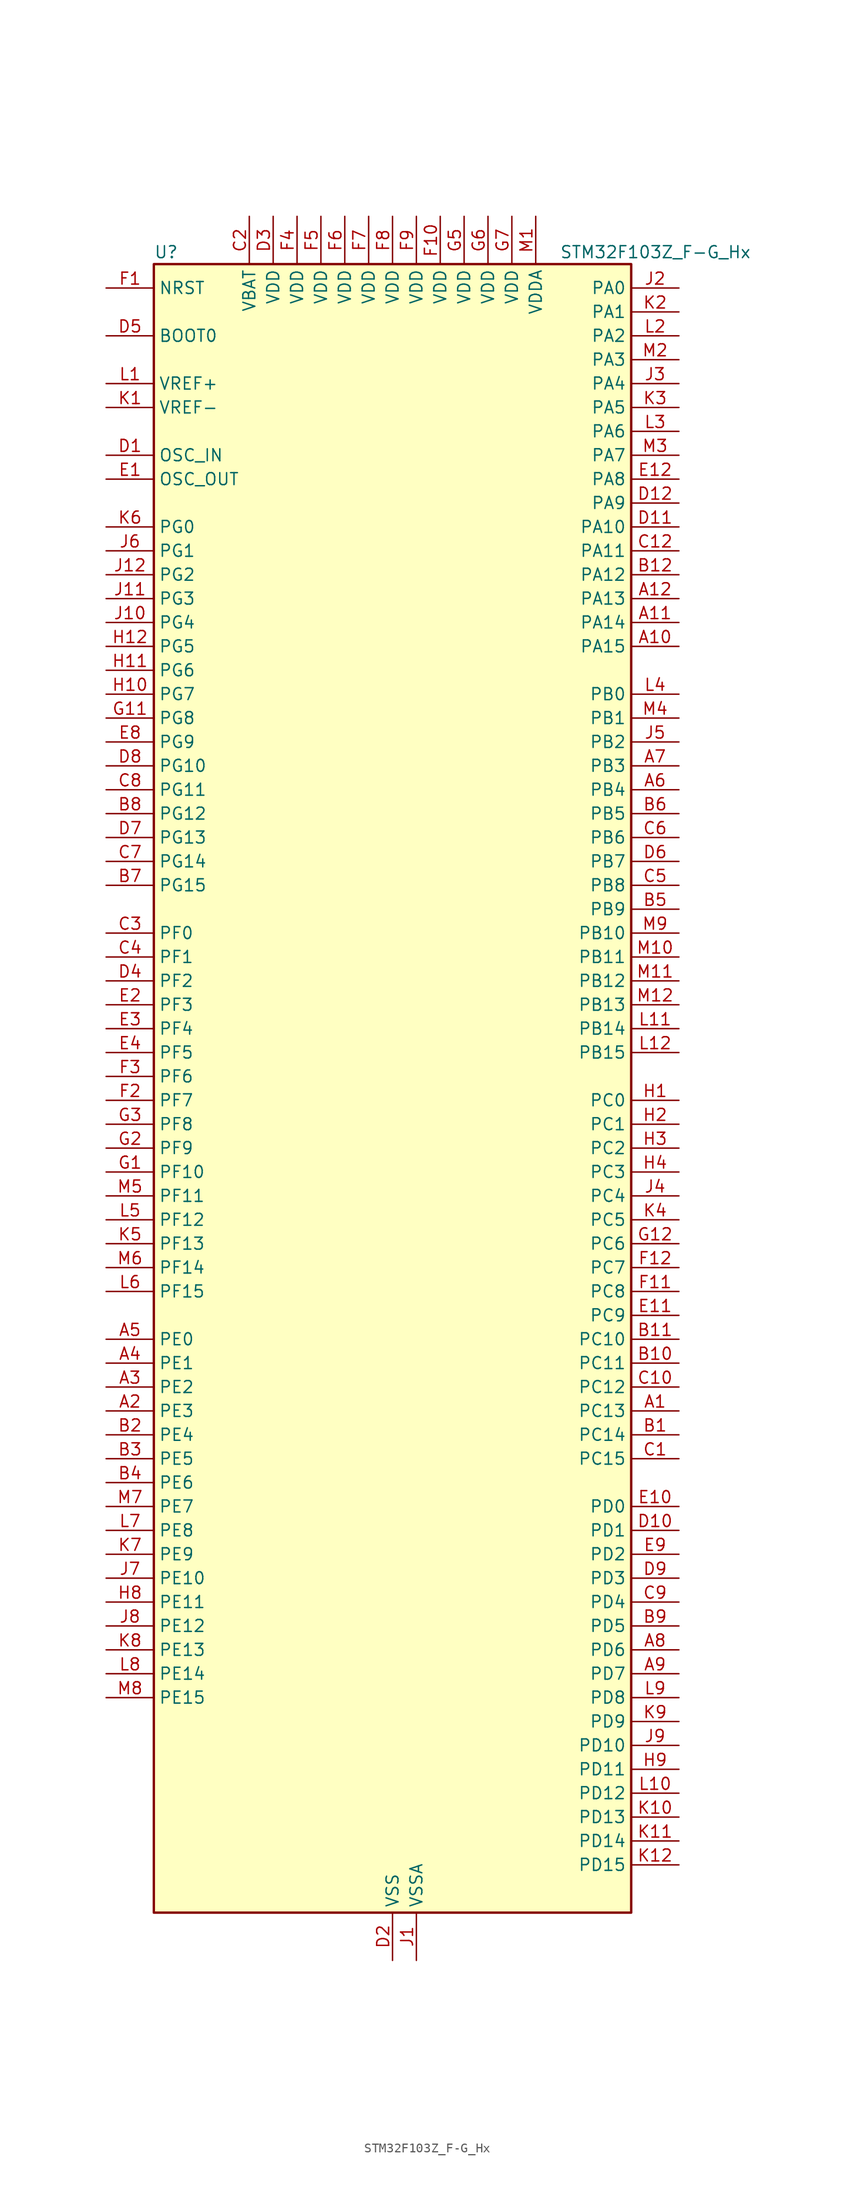
<source format=kicad_sym>
(kicad_symbol_lib
  (version 20220914)
  (generator kicad_symbol_editor)
  (symbol "STM32F103Z_F-G_Hx"
    (property "Reference" "U"
      (at -25.4 90.17 0)
      (effects (font (size 1.27 1.27)) (justify left)))
    (property "Value" "STM32F103Z_F-G_Hx"
      (at 17.78 90.17 0)
      (effects (font (size 1.27 1.27)) (justify left)))
    (property "ki_locked" ""
      (at 0 0 0)
      (effects (font (size 1.27 1.27))))
    (symbol "STM32F103Z_F-G_Hx_0_1"
      (rectangle (start -25.4 -86.36) (end 25.4 88.9) (stroke (width 0.254) (type default)) (fill (type background))))
    (symbol "STM32F103Z_F-G_Hx_1_1"
      (pin bidirectional line (at 30.48 -33.02 180) (length 5.08) (name "PC13" (effects (font (size 1.27 1.27)))) (number "A1" (effects (font (size 1.27 1.27)))) (alternate "RTC_OUT" bidirectional line) (alternate "RTC_TAMPER" bidirectional line))
      (pin bidirectional line (at 30.48 48.26 180) (length 5.08) (name "PA15" (effects (font (size 1.27 1.27)))) (number "A10" (effects (font (size 1.27 1.27)))) (alternate "ADC1_EXTI15" bidirectional line) (alternate "ADC2_EXTI15" bidirectional line) (alternate "I2S3_WS" bidirectional line) (alternate "SPI1_NSS" bidirectional line) (alternate "SPI3_NSS" bidirectional line) (alternate "SYS_JTDI" bidirectional line) (alternate "TIM2_CH1" bidirectional line) (alternate "TIM2_ETR" bidirectional line))
      (pin bidirectional line (at 30.48 50.8 180) (length 5.08) (name "PA14" (effects (font (size 1.27 1.27)))) (number "A11" (effects (font (size 1.27 1.27)))) (alternate "SYS_JTCK-SWCLK" bidirectional line))
      (pin bidirectional line (at 30.48 53.34 180) (length 5.08) (name "PA13" (effects (font (size 1.27 1.27)))) (number "A12" (effects (font (size 1.27 1.27)))) (alternate "SYS_JTMS-SWDIO" bidirectional line))
      (pin bidirectional line (at -30.48 -33.02 0) (length 5.08) (name "PE3" (effects (font (size 1.27 1.27)))) (number "A2" (effects (font (size 1.27 1.27)))) (alternate "FSMC_A19" bidirectional line) (alternate "SYS_TRACED0" bidirectional line))
      (pin bidirectional line (at -30.48 -30.48 0) (length 5.08) (name "PE2" (effects (font (size 1.27 1.27)))) (number "A3" (effects (font (size 1.27 1.27)))) (alternate "FSMC_A23" bidirectional line) (alternate "SYS_TRACECLK" bidirectional line))
      (pin bidirectional line (at -30.48 -27.94 0) (length 5.08) (name "PE1" (effects (font (size 1.27 1.27)))) (number "A4" (effects (font (size 1.27 1.27)))) (alternate "FSMC_NBL1" bidirectional line))
      (pin bidirectional line (at -30.48 -25.4 0) (length 5.08) (name "PE0" (effects (font (size 1.27 1.27)))) (number "A5" (effects (font (size 1.27 1.27)))) (alternate "FSMC_NBL0" bidirectional line) (alternate "TIM4_ETR" bidirectional line))
      (pin bidirectional line (at 30.48 33.02 180) (length 5.08) (name "PB4" (effects (font (size 1.27 1.27)))) (number "A6" (effects (font (size 1.27 1.27)))) (alternate "SPI1_MISO" bidirectional line) (alternate "SPI3_MISO" bidirectional line) (alternate "SYS_NJTRST" bidirectional line) (alternate "TIM3_CH1" bidirectional line))
      (pin bidirectional line (at 30.48 35.56 180) (length 5.08) (name "PB3" (effects (font (size 1.27 1.27)))) (number "A7" (effects (font (size 1.27 1.27)))) (alternate "I2S3_CK" bidirectional line) (alternate "SPI1_SCK" bidirectional line) (alternate "SPI3_SCK" bidirectional line) (alternate "SYS_JTDO-TRACESWO" bidirectional line) (alternate "TIM2_CH2" bidirectional line))
      (pin bidirectional line (at 30.48 -58.42 180) (length 5.08) (name "PD6" (effects (font (size 1.27 1.27)))) (number "A8" (effects (font (size 1.27 1.27)))) (alternate "FSMC_NWAIT" bidirectional line) (alternate "USART2_RX" bidirectional line))
      (pin bidirectional line (at 30.48 -60.96 180) (length 5.08) (name "PD7" (effects (font (size 1.27 1.27)))) (number "A9" (effects (font (size 1.27 1.27)))) (alternate "FSMC_NCE2" bidirectional line) (alternate "FSMC_NE1" bidirectional line) (alternate "USART2_CK" bidirectional line))
      (pin bidirectional line (at 30.48 -35.56 180) (length 5.08) (name "PC14" (effects (font (size 1.27 1.27)))) (number "B1" (effects (font (size 1.27 1.27)))) (alternate "RCC_OSC32_IN" bidirectional line))
      (pin bidirectional line (at 30.48 -27.94 180) (length 5.08) (name "PC11" (effects (font (size 1.27 1.27)))) (number "B10" (effects (font (size 1.27 1.27)))) (alternate "ADC1_EXTI11" bidirectional line) (alternate "ADC2_EXTI11" bidirectional line) (alternate "SDIO_D3" bidirectional line) (alternate "UART4_RX" bidirectional line) (alternate "USART3_RX" bidirectional line))
      (pin bidirectional line (at 30.48 -25.4 180) (length 5.08) (name "PC10" (effects (font (size 1.27 1.27)))) (number "B11" (effects (font (size 1.27 1.27)))) (alternate "SDIO_D2" bidirectional line) (alternate "UART4_TX" bidirectional line) (alternate "USART3_TX" bidirectional line))
      (pin bidirectional line (at 30.48 55.88 180) (length 5.08) (name "PA12" (effects (font (size 1.27 1.27)))) (number "B12" (effects (font (size 1.27 1.27)))) (alternate "CAN_TX" bidirectional line) (alternate "TIM1_ETR" bidirectional line) (alternate "USART1_RTS" bidirectional line) (alternate "USB_DP" bidirectional line))
      (pin bidirectional line (at -30.48 -35.56 0) (length 5.08) (name "PE4" (effects (font (size 1.27 1.27)))) (number "B2" (effects (font (size 1.27 1.27)))) (alternate "FSMC_A20" bidirectional line) (alternate "SYS_TRACED1" bidirectional line))
      (pin bidirectional line (at -30.48 -38.1 0) (length 5.08) (name "PE5" (effects (font (size 1.27 1.27)))) (number "B3" (effects (font (size 1.27 1.27)))) (alternate "FSMC_A21" bidirectional line) (alternate "SYS_TRACED2" bidirectional line) (alternate "TIM9_CH1" bidirectional line))
      (pin bidirectional line (at -30.48 -40.64 0) (length 5.08) (name "PE6" (effects (font (size 1.27 1.27)))) (number "B4" (effects (font (size 1.27 1.27)))) (alternate "FSMC_A22" bidirectional line) (alternate "SYS_TRACED3" bidirectional line) (alternate "TIM9_CH2" bidirectional line))
      (pin bidirectional line (at 30.48 20.32 180) (length 5.08) (name "PB9" (effects (font (size 1.27 1.27)))) (number "B5" (effects (font (size 1.27 1.27)))) (alternate "CAN_TX" bidirectional line) (alternate "DAC_EXTI9" bidirectional line) (alternate "I2C1_SDA" bidirectional line) (alternate "SDIO_D5" bidirectional line) (alternate "TIM11_CH1" bidirectional line) (alternate "TIM4_CH4" bidirectional line))
      (pin bidirectional line (at 30.48 30.48 180) (length 5.08) (name "PB5" (effects (font (size 1.27 1.27)))) (number "B6" (effects (font (size 1.27 1.27)))) (alternate "I2C1_SMBA" bidirectional line) (alternate "I2S3_SD" bidirectional line) (alternate "SPI1_MOSI" bidirectional line) (alternate "SPI3_MOSI" bidirectional line) (alternate "TIM3_CH2" bidirectional line))
      (pin bidirectional line (at -30.48 22.86 0) (length 5.08) (name "PG15" (effects (font (size 1.27 1.27)))) (number "B7" (effects (font (size 1.27 1.27)))) (alternate "ADC1_EXTI15" bidirectional line) (alternate "ADC2_EXTI15" bidirectional line))
      (pin bidirectional line (at -30.48 30.48 0) (length 5.08) (name "PG12" (effects (font (size 1.27 1.27)))) (number "B8" (effects (font (size 1.27 1.27)))) (alternate "FSMC_NE4" bidirectional line))
      (pin bidirectional line (at 30.48 -55.88 180) (length 5.08) (name "PD5" (effects (font (size 1.27 1.27)))) (number "B9" (effects (font (size 1.27 1.27)))) (alternate "FSMC_NWE" bidirectional line) (alternate "USART2_TX" bidirectional line))
      (pin bidirectional line (at 30.48 -38.1 180) (length 5.08) (name "PC15" (effects (font (size 1.27 1.27)))) (number "C1" (effects (font (size 1.27 1.27)))) (alternate "ADC1_EXTI15" bidirectional line) (alternate "ADC2_EXTI15" bidirectional line) (alternate "RCC_OSC32_OUT" bidirectional line))
      (pin bidirectional line (at 30.48 -30.48 180) (length 5.08) (name "PC12" (effects (font (size 1.27 1.27)))) (number "C10" (effects (font (size 1.27 1.27)))) (alternate "SDIO_CK" bidirectional line) (alternate "UART5_TX" bidirectional line) (alternate "USART3_CK" bidirectional line))
      (pin no_connect line (at -25.4 -86.36 0) (length 5.08) hide (name "NC" (effects (font (size 1.27 1.27)))) (number "C11" (effects (font (size 1.27 1.27)))))
      (pin bidirectional line (at 30.48 58.42 180) (length 5.08) (name "PA11" (effects (font (size 1.27 1.27)))) (number "C12" (effects (font (size 1.27 1.27)))) (alternate "ADC1_EXTI11" bidirectional line) (alternate "ADC2_EXTI11" bidirectional line) (alternate "CAN_RX" bidirectional line) (alternate "TIM1_CH4" bidirectional line) (alternate "USART1_CTS" bidirectional line) (alternate "USB_DM" bidirectional line))
      (pin power_in line (at -15.24 93.98 270) (length 5.08) (name "VBAT" (effects (font (size 1.27 1.27)))) (number "C2" (effects (font (size 1.27 1.27)))))
      (pin bidirectional line (at -30.48 17.78 0) (length 5.08) (name "PF0" (effects (font (size 1.27 1.27)))) (number "C3" (effects (font (size 1.27 1.27)))) (alternate "FSMC_A0" bidirectional line))
      (pin bidirectional line (at -30.48 15.24 0) (length 5.08) (name "PF1" (effects (font (size 1.27 1.27)))) (number "C4" (effects (font (size 1.27 1.27)))) (alternate "FSMC_A1" bidirectional line))
      (pin bidirectional line (at 30.48 22.86 180) (length 5.08) (name "PB8" (effects (font (size 1.27 1.27)))) (number "C5" (effects (font (size 1.27 1.27)))) (alternate "CAN_RX" bidirectional line) (alternate "I2C1_SCL" bidirectional line) (alternate "SDIO_D4" bidirectional line) (alternate "TIM10_CH1" bidirectional line) (alternate "TIM4_CH3" bidirectional line))
      (pin bidirectional line (at 30.48 27.94 180) (length 5.08) (name "PB6" (effects (font (size 1.27 1.27)))) (number "C6" (effects (font (size 1.27 1.27)))) (alternate "I2C1_SCL" bidirectional line) (alternate "TIM4_CH1" bidirectional line) (alternate "USART1_TX" bidirectional line))
      (pin bidirectional line (at -30.48 25.4 0) (length 5.08) (name "PG14" (effects (font (size 1.27 1.27)))) (number "C7" (effects (font (size 1.27 1.27)))) (alternate "FSMC_A25" bidirectional line))
      (pin bidirectional line (at -30.48 33.02 0) (length 5.08) (name "PG11" (effects (font (size 1.27 1.27)))) (number "C8" (effects (font (size 1.27 1.27)))) (alternate "ADC1_EXTI11" bidirectional line) (alternate "ADC2_EXTI11" bidirectional line) (alternate "FSMC_NCE4_2" bidirectional line))
      (pin bidirectional line (at 30.48 -53.34 180) (length 5.08) (name "PD4" (effects (font (size 1.27 1.27)))) (number "C9" (effects (font (size 1.27 1.27)))) (alternate "FSMC_NOE" bidirectional line) (alternate "USART2_RTS" bidirectional line))
      (pin input line (at -30.48 68.58 0) (length 5.08) (name "OSC_IN" (effects (font (size 1.27 1.27)))) (number "D1" (effects (font (size 1.27 1.27)))) (alternate "RCC_OSC_IN" bidirectional line))
      (pin bidirectional line (at 30.48 -45.72 180) (length 5.08) (name "PD1" (effects (font (size 1.27 1.27)))) (number "D10" (effects (font (size 1.27 1.27)))) (alternate "CAN_TX" bidirectional line) (alternate "FSMC_D3" bidirectional line) (alternate "FSMC_DA3" bidirectional line))
      (pin bidirectional line (at 30.48 60.96 180) (length 5.08) (name "PA10" (effects (font (size 1.27 1.27)))) (number "D11" (effects (font (size 1.27 1.27)))) (alternate "TIM1_CH3" bidirectional line) (alternate "USART1_RX" bidirectional line))
      (pin bidirectional line (at 30.48 63.5 180) (length 5.08) (name "PA9" (effects (font (size 1.27 1.27)))) (number "D12" (effects (font (size 1.27 1.27)))) (alternate "DAC_EXTI9" bidirectional line) (alternate "TIM1_CH2" bidirectional line) (alternate "USART1_TX" bidirectional line))
      (pin power_in line (at 0 -91.44 90) (length 5.08) (name "VSS" (effects (font (size 1.27 1.27)))) (number "D2" (effects (font (size 1.27 1.27)))))
      (pin power_in line (at -12.7 93.98 270) (length 5.08) (name "VDD" (effects (font (size 1.27 1.27)))) (number "D3" (effects (font (size 1.27 1.27)))))
      (pin bidirectional line (at -30.48 12.7 0) (length 5.08) (name "PF2" (effects (font (size 1.27 1.27)))) (number "D4" (effects (font (size 1.27 1.27)))) (alternate "FSMC_A2" bidirectional line))
      (pin input line (at -30.48 81.28 0) (length 5.08) (name "BOOT0" (effects (font (size 1.27 1.27)))) (number "D5" (effects (font (size 1.27 1.27)))))
      (pin bidirectional line (at 30.48 25.4 180) (length 5.08) (name "PB7" (effects (font (size 1.27 1.27)))) (number "D6" (effects (font (size 1.27 1.27)))) (alternate "FSMC_NL" bidirectional line) (alternate "I2C1_SDA" bidirectional line) (alternate "TIM4_CH2" bidirectional line) (alternate "USART1_RX" bidirectional line))
      (pin bidirectional line (at -30.48 27.94 0) (length 5.08) (name "PG13" (effects (font (size 1.27 1.27)))) (number "D7" (effects (font (size 1.27 1.27)))) (alternate "FSMC_A24" bidirectional line))
      (pin bidirectional line (at -30.48 35.56 0) (length 5.08) (name "PG10" (effects (font (size 1.27 1.27)))) (number "D8" (effects (font (size 1.27 1.27)))) (alternate "FSMC_NCE4_1" bidirectional line) (alternate "FSMC_NE3" bidirectional line))
      (pin bidirectional line (at 30.48 -50.8 180) (length 5.08) (name "PD3" (effects (font (size 1.27 1.27)))) (number "D9" (effects (font (size 1.27 1.27)))) (alternate "FSMC_CLK" bidirectional line) (alternate "USART2_CTS" bidirectional line))
      (pin input line (at -30.48 66.04 0) (length 5.08) (name "OSC_OUT" (effects (font (size 1.27 1.27)))) (number "E1" (effects (font (size 1.27 1.27)))) (alternate "RCC_OSC_OUT" bidirectional line))
      (pin bidirectional line (at 30.48 -43.18 180) (length 5.08) (name "PD0" (effects (font (size 1.27 1.27)))) (number "E10" (effects (font (size 1.27 1.27)))) (alternate "CAN_RX" bidirectional line) (alternate "FSMC_D2" bidirectional line) (alternate "FSMC_DA2" bidirectional line))
      (pin bidirectional line (at 30.48 -22.86 180) (length 5.08) (name "PC9" (effects (font (size 1.27 1.27)))) (number "E11" (effects (font (size 1.27 1.27)))) (alternate "DAC_EXTI9" bidirectional line) (alternate "SDIO_D1" bidirectional line) (alternate "TIM3_CH4" bidirectional line) (alternate "TIM8_CH4" bidirectional line))
      (pin bidirectional line (at 30.48 66.04 180) (length 5.08) (name "PA8" (effects (font (size 1.27 1.27)))) (number "E12" (effects (font (size 1.27 1.27)))) (alternate "RCC_MCO" bidirectional line) (alternate "TIM1_CH1" bidirectional line) (alternate "USART1_CK" bidirectional line))
      (pin bidirectional line (at -30.48 10.16 0) (length 5.08) (name "PF3" (effects (font (size 1.27 1.27)))) (number "E2" (effects (font (size 1.27 1.27)))) (alternate "FSMC_A3" bidirectional line))
      (pin bidirectional line (at -30.48 7.62 0) (length 5.08) (name "PF4" (effects (font (size 1.27 1.27)))) (number "E3" (effects (font (size 1.27 1.27)))) (alternate "FSMC_A4" bidirectional line))
      (pin bidirectional line (at -30.48 5.08 0) (length 5.08) (name "PF5" (effects (font (size 1.27 1.27)))) (number "E4" (effects (font (size 1.27 1.27)))) (alternate "FSMC_A5" bidirectional line))
      (pin passive line (at 0 -91.44 90) (length 5.08) hide (name "VSS" (effects (font (size 1.27 1.27)))) (number "E5" (effects (font (size 1.27 1.27)))))
      (pin passive line (at 0 -91.44 90) (length 5.08) hide (name "VSS" (effects (font (size 1.27 1.27)))) (number "E6" (effects (font (size 1.27 1.27)))))
      (pin passive line (at 0 -91.44 90) (length 5.08) hide (name "VSS" (effects (font (size 1.27 1.27)))) (number "E7" (effects (font (size 1.27 1.27)))))
      (pin bidirectional line (at -30.48 38.1 0) (length 5.08) (name "PG9" (effects (font (size 1.27 1.27)))) (number "E8" (effects (font (size 1.27 1.27)))) (alternate "DAC_EXTI9" bidirectional line) (alternate "FSMC_NCE3" bidirectional line) (alternate "FSMC_NE2" bidirectional line))
      (pin bidirectional line (at 30.48 -48.26 180) (length 5.08) (name "PD2" (effects (font (size 1.27 1.27)))) (number "E9" (effects (font (size 1.27 1.27)))) (alternate "SDIO_CMD" bidirectional line) (alternate "TIM3_ETR" bidirectional line) (alternate "UART5_RX" bidirectional line))
      (pin input line (at -30.48 86.36 0) (length 5.08) (name "NRST" (effects (font (size 1.27 1.27)))) (number "F1" (effects (font (size 1.27 1.27)))))
      (pin power_in line (at 5.08 93.98 270) (length 5.08) (name "VDD" (effects (font (size 1.27 1.27)))) (number "F10" (effects (font (size 1.27 1.27)))))
      (pin bidirectional line (at 30.48 -20.32 180) (length 5.08) (name "PC8" (effects (font (size 1.27 1.27)))) (number "F11" (effects (font (size 1.27 1.27)))) (alternate "SDIO_D0" bidirectional line) (alternate "TIM3_CH3" bidirectional line) (alternate "TIM8_CH3" bidirectional line))
      (pin bidirectional line (at 30.48 -17.78 180) (length 5.08) (name "PC7" (effects (font (size 1.27 1.27)))) (number "F12" (effects (font (size 1.27 1.27)))) (alternate "I2S3_MCK" bidirectional line) (alternate "SDIO_D7" bidirectional line) (alternate "TIM3_CH2" bidirectional line) (alternate "TIM8_CH2" bidirectional line))
      (pin bidirectional line (at -30.48 0 0) (length 5.08) (name "PF7" (effects (font (size 1.27 1.27)))) (number "F2" (effects (font (size 1.27 1.27)))) (alternate "ADC3_IN5" bidirectional line) (alternate "FSMC_NREG" bidirectional line) (alternate "TIM11_CH1" bidirectional line))
      (pin bidirectional line (at -30.48 2.54 0) (length 5.08) (name "PF6" (effects (font (size 1.27 1.27)))) (number "F3" (effects (font (size 1.27 1.27)))) (alternate "ADC3_IN4" bidirectional line) (alternate "FSMC_NIORD" bidirectional line) (alternate "TIM10_CH1" bidirectional line))
      (pin power_in line (at -10.16 93.98 270) (length 5.08) (name "VDD" (effects (font (size 1.27 1.27)))) (number "F4" (effects (font (size 1.27 1.27)))))
      (pin power_in line (at -7.62 93.98 270) (length 5.08) (name "VDD" (effects (font (size 1.27 1.27)))) (number "F5" (effects (font (size 1.27 1.27)))))
      (pin power_in line (at -5.08 93.98 270) (length 5.08) (name "VDD" (effects (font (size 1.27 1.27)))) (number "F6" (effects (font (size 1.27 1.27)))))
      (pin power_in line (at -2.54 93.98 270) (length 5.08) (name "VDD" (effects (font (size 1.27 1.27)))) (number "F7" (effects (font (size 1.27 1.27)))))
      (pin power_in line (at 0 93.98 270) (length 5.08) (name "VDD" (effects (font (size 1.27 1.27)))) (number "F8" (effects (font (size 1.27 1.27)))))
      (pin power_in line (at 2.54 93.98 270) (length 5.08) (name "VDD" (effects (font (size 1.27 1.27)))) (number "F9" (effects (font (size 1.27 1.27)))))
      (pin bidirectional line (at -30.48 -7.62 0) (length 5.08) (name "PF10" (effects (font (size 1.27 1.27)))) (number "G1" (effects (font (size 1.27 1.27)))) (alternate "ADC3_IN8" bidirectional line) (alternate "FSMC_INTR" bidirectional line))
      (pin passive line (at 0 -91.44 90) (length 5.08) hide (name "VSS" (effects (font (size 1.27 1.27)))) (number "G10" (effects (font (size 1.27 1.27)))))
      (pin bidirectional line (at -30.48 40.64 0) (length 5.08) (name "PG8" (effects (font (size 1.27 1.27)))) (number "G11" (effects (font (size 1.27 1.27)))))
      (pin bidirectional line (at 30.48 -15.24 180) (length 5.08) (name "PC6" (effects (font (size 1.27 1.27)))) (number "G12" (effects (font (size 1.27 1.27)))) (alternate "I2S2_MCK" bidirectional line) (alternate "SDIO_D6" bidirectional line) (alternate "TIM3_CH1" bidirectional line) (alternate "TIM8_CH1" bidirectional line))
      (pin bidirectional line (at -30.48 -5.08 0) (length 5.08) (name "PF9" (effects (font (size 1.27 1.27)))) (number "G2" (effects (font (size 1.27 1.27)))) (alternate "ADC3_IN7" bidirectional line) (alternate "DAC_EXTI9" bidirectional line) (alternate "FSMC_CD" bidirectional line) (alternate "TIM14_CH1" bidirectional line))
      (pin bidirectional line (at -30.48 -2.54 0) (length 5.08) (name "PF8" (effects (font (size 1.27 1.27)))) (number "G3" (effects (font (size 1.27 1.27)))) (alternate "ADC3_IN6" bidirectional line) (alternate "FSMC_NIOWR" bidirectional line) (alternate "TIM13_CH1" bidirectional line))
      (pin passive line (at 0 -91.44 90) (length 5.08) hide (name "VSS" (effects (font (size 1.27 1.27)))) (number "G4" (effects (font (size 1.27 1.27)))))
      (pin power_in line (at 7.62 93.98 270) (length 5.08) (name "VDD" (effects (font (size 1.27 1.27)))) (number "G5" (effects (font (size 1.27 1.27)))))
      (pin power_in line (at 10.16 93.98 270) (length 5.08) (name "VDD" (effects (font (size 1.27 1.27)))) (number "G6" (effects (font (size 1.27 1.27)))))
      (pin power_in line (at 12.7 93.98 270) (length 5.08) (name "VDD" (effects (font (size 1.27 1.27)))) (number "G7" (effects (font (size 1.27 1.27)))))
      (pin passive line (at 0 -91.44 90) (length 5.08) hide (name "VSS" (effects (font (size 1.27 1.27)))) (number "G8" (effects (font (size 1.27 1.27)))))
      (pin passive line (at 0 -91.44 90) (length 5.08) hide (name "VSS" (effects (font (size 1.27 1.27)))) (number "G9" (effects (font (size 1.27 1.27)))))
      (pin bidirectional line (at 30.48 0 180) (length 5.08) (name "PC0" (effects (font (size 1.27 1.27)))) (number "H1" (effects (font (size 1.27 1.27)))) (alternate "ADC1_IN10" bidirectional line) (alternate "ADC2_IN10" bidirectional line) (alternate "ADC3_IN10" bidirectional line))
      (pin bidirectional line (at -30.48 43.18 0) (length 5.08) (name "PG7" (effects (font (size 1.27 1.27)))) (number "H10" (effects (font (size 1.27 1.27)))) (alternate "FSMC_INT3" bidirectional line))
      (pin bidirectional line (at -30.48 45.72 0) (length 5.08) (name "PG6" (effects (font (size 1.27 1.27)))) (number "H11" (effects (font (size 1.27 1.27)))) (alternate "FSMC_INT2" bidirectional line))
      (pin bidirectional line (at -30.48 48.26 0) (length 5.08) (name "PG5" (effects (font (size 1.27 1.27)))) (number "H12" (effects (font (size 1.27 1.27)))) (alternate "FSMC_A15" bidirectional line))
      (pin bidirectional line (at 30.48 -2.54 180) (length 5.08) (name "PC1" (effects (font (size 1.27 1.27)))) (number "H2" (effects (font (size 1.27 1.27)))) (alternate "ADC1_IN11" bidirectional line) (alternate "ADC2_IN11" bidirectional line) (alternate "ADC3_IN11" bidirectional line))
      (pin bidirectional line (at 30.48 -5.08 180) (length 5.08) (name "PC2" (effects (font (size 1.27 1.27)))) (number "H3" (effects (font (size 1.27 1.27)))) (alternate "ADC1_IN12" bidirectional line) (alternate "ADC2_IN12" bidirectional line) (alternate "ADC3_IN12" bidirectional line))
      (pin bidirectional line (at 30.48 -7.62 180) (length 5.08) (name "PC3" (effects (font (size 1.27 1.27)))) (number "H4" (effects (font (size 1.27 1.27)))) (alternate "ADC1_IN13" bidirectional line) (alternate "ADC2_IN13" bidirectional line) (alternate "ADC3_IN13" bidirectional line))
      (pin passive line (at 0 -91.44 90) (length 5.08) hide (name "VSS" (effects (font (size 1.27 1.27)))) (number "H5" (effects (font (size 1.27 1.27)))))
      (pin passive line (at 0 -91.44 90) (length 5.08) hide (name "VSS" (effects (font (size 1.27 1.27)))) (number "H6" (effects (font (size 1.27 1.27)))))
      (pin passive line (at 0 -91.44 90) (length 5.08) hide (name "VSS" (effects (font (size 1.27 1.27)))) (number "H7" (effects (font (size 1.27 1.27)))))
      (pin bidirectional line (at -30.48 -53.34 0) (length 5.08) (name "PE11" (effects (font (size 1.27 1.27)))) (number "H8" (effects (font (size 1.27 1.27)))) (alternate "ADC1_EXTI11" bidirectional line) (alternate "ADC2_EXTI11" bidirectional line) (alternate "FSMC_D8" bidirectional line) (alternate "FSMC_DA8" bidirectional line) (alternate "TIM1_CH2" bidirectional line))
      (pin bidirectional line (at 30.48 -71.12 180) (length 5.08) (name "PD11" (effects (font (size 1.27 1.27)))) (number "H9" (effects (font (size 1.27 1.27)))) (alternate "ADC1_EXTI11" bidirectional line) (alternate "ADC2_EXTI11" bidirectional line) (alternate "FSMC_A16" bidirectional line) (alternate "FSMC_CLE" bidirectional line) (alternate "USART3_CTS" bidirectional line))
      (pin power_in line (at 2.54 -91.44 90) (length 5.08) (name "VSSA" (effects (font (size 1.27 1.27)))) (number "J1" (effects (font (size 1.27 1.27)))))
      (pin bidirectional line (at -30.48 50.8 0) (length 5.08) (name "PG4" (effects (font (size 1.27 1.27)))) (number "J10" (effects (font (size 1.27 1.27)))) (alternate "FSMC_A14" bidirectional line))
      (pin bidirectional line (at -30.48 53.34 0) (length 5.08) (name "PG3" (effects (font (size 1.27 1.27)))) (number "J11" (effects (font (size 1.27 1.27)))) (alternate "FSMC_A13" bidirectional line))
      (pin bidirectional line (at -30.48 55.88 0) (length 5.08) (name "PG2" (effects (font (size 1.27 1.27)))) (number "J12" (effects (font (size 1.27 1.27)))) (alternate "FSMC_A12" bidirectional line))
      (pin bidirectional line (at 30.48 86.36 180) (length 5.08) (name "PA0" (effects (font (size 1.27 1.27)))) (number "J2" (effects (font (size 1.27 1.27)))) (alternate "ADC1_IN0" bidirectional line) (alternate "ADC2_IN0" bidirectional line) (alternate "ADC3_IN0" bidirectional line) (alternate "SYS_WKUP" bidirectional line) (alternate "TIM2_CH1" bidirectional line) (alternate "TIM2_ETR" bidirectional line) (alternate "TIM5_CH1" bidirectional line) (alternate "TIM8_ETR" bidirectional line) (alternate "USART2_CTS" bidirectional line))
      (pin bidirectional line (at 30.48 76.2 180) (length 5.08) (name "PA4" (effects (font (size 1.27 1.27)))) (number "J3" (effects (font (size 1.27 1.27)))) (alternate "ADC1_IN4" bidirectional line) (alternate "ADC2_IN4" bidirectional line) (alternate "DAC_OUT1" bidirectional line) (alternate "SPI1_NSS" bidirectional line) (alternate "USART2_CK" bidirectional line))
      (pin bidirectional line (at 30.48 -10.16 180) (length 5.08) (name "PC4" (effects (font (size 1.27 1.27)))) (number "J4" (effects (font (size 1.27 1.27)))) (alternate "ADC1_IN14" bidirectional line) (alternate "ADC2_IN14" bidirectional line))
      (pin bidirectional line (at 30.48 38.1 180) (length 5.08) (name "PB2" (effects (font (size 1.27 1.27)))) (number "J5" (effects (font (size 1.27 1.27)))))
      (pin bidirectional line (at -30.48 58.42 0) (length 5.08) (name "PG1" (effects (font (size 1.27 1.27)))) (number "J6" (effects (font (size 1.27 1.27)))) (alternate "FSMC_A11" bidirectional line))
      (pin bidirectional line (at -30.48 -50.8 0) (length 5.08) (name "PE10" (effects (font (size 1.27 1.27)))) (number "J7" (effects (font (size 1.27 1.27)))) (alternate "FSMC_D7" bidirectional line) (alternate "FSMC_DA7" bidirectional line) (alternate "TIM1_CH2N" bidirectional line))
      (pin bidirectional line (at -30.48 -55.88 0) (length 5.08) (name "PE12" (effects (font (size 1.27 1.27)))) (number "J8" (effects (font (size 1.27 1.27)))) (alternate "FSMC_D9" bidirectional line) (alternate "FSMC_DA9" bidirectional line) (alternate "TIM1_CH3N" bidirectional line))
      (pin bidirectional line (at 30.48 -68.58 180) (length 5.08) (name "PD10" (effects (font (size 1.27 1.27)))) (number "J9" (effects (font (size 1.27 1.27)))) (alternate "FSMC_D15" bidirectional line) (alternate "FSMC_DA15" bidirectional line) (alternate "USART3_CK" bidirectional line))
      (pin input line (at -30.48 73.66 0) (length 5.08) (name "VREF-" (effects (font (size 1.27 1.27)))) (number "K1" (effects (font (size 1.27 1.27)))))
      (pin bidirectional line (at 30.48 -76.2 180) (length 5.08) (name "PD13" (effects (font (size 1.27 1.27)))) (number "K10" (effects (font (size 1.27 1.27)))) (alternate "FSMC_A18" bidirectional line) (alternate "TIM4_CH2" bidirectional line))
      (pin bidirectional line (at 30.48 -78.74 180) (length 5.08) (name "PD14" (effects (font (size 1.27 1.27)))) (number "K11" (effects (font (size 1.27 1.27)))) (alternate "FSMC_D0" bidirectional line) (alternate "FSMC_DA0" bidirectional line) (alternate "TIM4_CH3" bidirectional line))
      (pin bidirectional line (at 30.48 -81.28 180) (length 5.08) (name "PD15" (effects (font (size 1.27 1.27)))) (number "K12" (effects (font (size 1.27 1.27)))) (alternate "ADC1_EXTI15" bidirectional line) (alternate "ADC2_EXTI15" bidirectional line) (alternate "FSMC_D1" bidirectional line) (alternate "FSMC_DA1" bidirectional line) (alternate "TIM4_CH4" bidirectional line))
      (pin bidirectional line (at 30.48 83.82 180) (length 5.08) (name "PA1" (effects (font (size 1.27 1.27)))) (number "K2" (effects (font (size 1.27 1.27)))) (alternate "ADC1_IN1" bidirectional line) (alternate "ADC2_IN1" bidirectional line) (alternate "ADC3_IN1" bidirectional line) (alternate "TIM2_CH2" bidirectional line) (alternate "TIM5_CH2" bidirectional line) (alternate "USART2_RTS" bidirectional line))
      (pin bidirectional line (at 30.48 73.66 180) (length 5.08) (name "PA5" (effects (font (size 1.27 1.27)))) (number "K3" (effects (font (size 1.27 1.27)))) (alternate "ADC1_IN5" bidirectional line) (alternate "ADC2_IN5" bidirectional line) (alternate "DAC_OUT2" bidirectional line) (alternate "SPI1_SCK" bidirectional line))
      (pin bidirectional line (at 30.48 -12.7 180) (length 5.08) (name "PC5" (effects (font (size 1.27 1.27)))) (number "K4" (effects (font (size 1.27 1.27)))) (alternate "ADC1_IN15" bidirectional line) (alternate "ADC2_IN15" bidirectional line))
      (pin bidirectional line (at -30.48 -15.24 0) (length 5.08) (name "PF13" (effects (font (size 1.27 1.27)))) (number "K5" (effects (font (size 1.27 1.27)))) (alternate "FSMC_A7" bidirectional line))
      (pin bidirectional line (at -30.48 60.96 0) (length 5.08) (name "PG0" (effects (font (size 1.27 1.27)))) (number "K6" (effects (font (size 1.27 1.27)))) (alternate "FSMC_A10" bidirectional line))
      (pin bidirectional line (at -30.48 -48.26 0) (length 5.08) (name "PE9" (effects (font (size 1.27 1.27)))) (number "K7" (effects (font (size 1.27 1.27)))) (alternate "DAC_EXTI9" bidirectional line) (alternate "FSMC_D6" bidirectional line) (alternate "FSMC_DA6" bidirectional line) (alternate "TIM1_CH1" bidirectional line))
      (pin bidirectional line (at -30.48 -58.42 0) (length 5.08) (name "PE13" (effects (font (size 1.27 1.27)))) (number "K8" (effects (font (size 1.27 1.27)))) (alternate "FSMC_D10" bidirectional line) (alternate "FSMC_DA10" bidirectional line) (alternate "TIM1_CH3" bidirectional line))
      (pin bidirectional line (at 30.48 -66.04 180) (length 5.08) (name "PD9" (effects (font (size 1.27 1.27)))) (number "K9" (effects (font (size 1.27 1.27)))) (alternate "DAC_EXTI9" bidirectional line) (alternate "FSMC_D14" bidirectional line) (alternate "FSMC_DA14" bidirectional line) (alternate "USART3_RX" bidirectional line))
      (pin input line (at -30.48 76.2 0) (length 5.08) (name "VREF+" (effects (font (size 1.27 1.27)))) (number "L1" (effects (font (size 1.27 1.27)))))
      (pin bidirectional line (at 30.48 -73.66 180) (length 5.08) (name "PD12" (effects (font (size 1.27 1.27)))) (number "L10" (effects (font (size 1.27 1.27)))) (alternate "FSMC_A17" bidirectional line) (alternate "FSMC_ALE" bidirectional line) (alternate "TIM4_CH1" bidirectional line) (alternate "USART3_RTS" bidirectional line))
      (pin bidirectional line (at 30.48 7.62 180) (length 5.08) (name "PB14" (effects (font (size 1.27 1.27)))) (number "L11" (effects (font (size 1.27 1.27)))) (alternate "SPI2_MISO" bidirectional line) (alternate "TIM12_CH1" bidirectional line) (alternate "TIM1_CH2N" bidirectional line) (alternate "USART3_RTS" bidirectional line))
      (pin bidirectional line (at 30.48 5.08 180) (length 5.08) (name "PB15" (effects (font (size 1.27 1.27)))) (number "L12" (effects (font (size 1.27 1.27)))) (alternate "ADC1_EXTI15" bidirectional line) (alternate "ADC2_EXTI15" bidirectional line) (alternate "I2S2_SD" bidirectional line) (alternate "SPI2_MOSI" bidirectional line) (alternate "TIM12_CH2" bidirectional line) (alternate "TIM1_CH3N" bidirectional line))
      (pin bidirectional line (at 30.48 81.28 180) (length 5.08) (name "PA2" (effects (font (size 1.27 1.27)))) (number "L2" (effects (font (size 1.27 1.27)))) (alternate "ADC1_IN2" bidirectional line) (alternate "ADC2_IN2" bidirectional line) (alternate "ADC3_IN2" bidirectional line) (alternate "TIM2_CH3" bidirectional line) (alternate "TIM5_CH3" bidirectional line) (alternate "TIM9_CH1" bidirectional line) (alternate "USART2_TX" bidirectional line))
      (pin bidirectional line (at 30.48 71.12 180) (length 5.08) (name "PA6" (effects (font (size 1.27 1.27)))) (number "L3" (effects (font (size 1.27 1.27)))) (alternate "ADC1_IN6" bidirectional line) (alternate "ADC2_IN6" bidirectional line) (alternate "SPI1_MISO" bidirectional line) (alternate "TIM13_CH1" bidirectional line) (alternate "TIM1_BKIN" bidirectional line) (alternate "TIM3_CH1" bidirectional line) (alternate "TIM8_BKIN" bidirectional line))
      (pin bidirectional line (at 30.48 43.18 180) (length 5.08) (name "PB0" (effects (font (size 1.27 1.27)))) (number "L4" (effects (font (size 1.27 1.27)))) (alternate "ADC1_IN8" bidirectional line) (alternate "ADC2_IN8" bidirectional line) (alternate "TIM1_CH2N" bidirectional line) (alternate "TIM3_CH3" bidirectional line) (alternate "TIM8_CH2N" bidirectional line))
      (pin bidirectional line (at -30.48 -12.7 0) (length 5.08) (name "PF12" (effects (font (size 1.27 1.27)))) (number "L5" (effects (font (size 1.27 1.27)))) (alternate "FSMC_A6" bidirectional line))
      (pin bidirectional line (at -30.48 -20.32 0) (length 5.08) (name "PF15" (effects (font (size 1.27 1.27)))) (number "L6" (effects (font (size 1.27 1.27)))) (alternate "ADC1_EXTI15" bidirectional line) (alternate "ADC2_EXTI15" bidirectional line) (alternate "FSMC_A9" bidirectional line))
      (pin bidirectional line (at -30.48 -45.72 0) (length 5.08) (name "PE8" (effects (font (size 1.27 1.27)))) (number "L7" (effects (font (size 1.27 1.27)))) (alternate "FSMC_D5" bidirectional line) (alternate "FSMC_DA5" bidirectional line) (alternate "TIM1_CH1N" bidirectional line))
      (pin bidirectional line (at -30.48 -60.96 0) (length 5.08) (name "PE14" (effects (font (size 1.27 1.27)))) (number "L8" (effects (font (size 1.27 1.27)))) (alternate "FSMC_D11" bidirectional line) (alternate "FSMC_DA11" bidirectional line) (alternate "TIM1_CH4" bidirectional line))
      (pin bidirectional line (at 30.48 -63.5 180) (length 5.08) (name "PD8" (effects (font (size 1.27 1.27)))) (number "L9" (effects (font (size 1.27 1.27)))) (alternate "FSMC_D13" bidirectional line) (alternate "FSMC_DA13" bidirectional line) (alternate "USART3_TX" bidirectional line))
      (pin power_in line (at 15.24 93.98 270) (length 5.08) (name "VDDA" (effects (font (size 1.27 1.27)))) (number "M1" (effects (font (size 1.27 1.27)))))
      (pin bidirectional line (at 30.48 15.24 180) (length 5.08) (name "PB11" (effects (font (size 1.27 1.27)))) (number "M10" (effects (font (size 1.27 1.27)))) (alternate "ADC1_EXTI11" bidirectional line) (alternate "ADC2_EXTI11" bidirectional line) (alternate "I2C2_SDA" bidirectional line) (alternate "TIM2_CH4" bidirectional line) (alternate "USART3_RX" bidirectional line))
      (pin bidirectional line (at 30.48 12.7 180) (length 5.08) (name "PB12" (effects (font (size 1.27 1.27)))) (number "M11" (effects (font (size 1.27 1.27)))) (alternate "I2C2_SMBA" bidirectional line) (alternate "I2S2_WS" bidirectional line) (alternate "SPI2_NSS" bidirectional line) (alternate "TIM1_BKIN" bidirectional line) (alternate "USART3_CK" bidirectional line))
      (pin bidirectional line (at 30.48 10.16 180) (length 5.08) (name "PB13" (effects (font (size 1.27 1.27)))) (number "M12" (effects (font (size 1.27 1.27)))) (alternate "I2S2_CK" bidirectional line) (alternate "SPI2_SCK" bidirectional line) (alternate "TIM1_CH1N" bidirectional line) (alternate "USART3_CTS" bidirectional line))
      (pin bidirectional line (at 30.48 78.74 180) (length 5.08) (name "PA3" (effects (font (size 1.27 1.27)))) (number "M2" (effects (font (size 1.27 1.27)))) (alternate "ADC1_IN3" bidirectional line) (alternate "ADC2_IN3" bidirectional line) (alternate "ADC3_IN3" bidirectional line) (alternate "TIM2_CH4" bidirectional line) (alternate "TIM5_CH4" bidirectional line) (alternate "TIM9_CH2" bidirectional line) (alternate "USART2_RX" bidirectional line))
      (pin bidirectional line (at 30.48 68.58 180) (length 5.08) (name "PA7" (effects (font (size 1.27 1.27)))) (number "M3" (effects (font (size 1.27 1.27)))) (alternate "ADC1_IN7" bidirectional line) (alternate "ADC2_IN7" bidirectional line) (alternate "SPI1_MOSI" bidirectional line) (alternate "TIM14_CH1" bidirectional line) (alternate "TIM1_CH1N" bidirectional line) (alternate "TIM3_CH2" bidirectional line) (alternate "TIM8_CH1N" bidirectional line))
      (pin bidirectional line (at 30.48 40.64 180) (length 5.08) (name "PB1" (effects (font (size 1.27 1.27)))) (number "M4" (effects (font (size 1.27 1.27)))) (alternate "ADC1_IN9" bidirectional line) (alternate "ADC2_IN9" bidirectional line) (alternate "TIM1_CH3N" bidirectional line) (alternate "TIM3_CH4" bidirectional line) (alternate "TIM8_CH3N" bidirectional line))
      (pin bidirectional line (at -30.48 -10.16 0) (length 5.08) (name "PF11" (effects (font (size 1.27 1.27)))) (number "M5" (effects (font (size 1.27 1.27)))) (alternate "ADC1_EXTI11" bidirectional line) (alternate "ADC2_EXTI11" bidirectional line) (alternate "FSMC_NIOS16" bidirectional line))
      (pin bidirectional line (at -30.48 -17.78 0) (length 5.08) (name "PF14" (effects (font (size 1.27 1.27)))) (number "M6" (effects (font (size 1.27 1.27)))) (alternate "FSMC_A8" bidirectional line))
      (pin bidirectional line (at -30.48 -43.18 0) (length 5.08) (name "PE7" (effects (font (size 1.27 1.27)))) (number "M7" (effects (font (size 1.27 1.27)))) (alternate "FSMC_D4" bidirectional line) (alternate "FSMC_DA4" bidirectional line) (alternate "TIM1_ETR" bidirectional line))
      (pin bidirectional line (at -30.48 -63.5 0) (length 5.08) (name "PE15" (effects (font (size 1.27 1.27)))) (number "M8" (effects (font (size 1.27 1.27)))) (alternate "ADC1_EXTI15" bidirectional line) (alternate "ADC2_EXTI15" bidirectional line) (alternate "FSMC_D12" bidirectional line) (alternate "FSMC_DA12" bidirectional line) (alternate "TIM1_BKIN" bidirectional line))
      (pin bidirectional line (at 30.48 17.78 180) (length 5.08) (name "PB10" (effects (font (size 1.27 1.27)))) (number "M9" (effects (font (size 1.27 1.27)))) (alternate "I2C2_SCL" bidirectional line) (alternate "TIM2_CH3" bidirectional line) (alternate "USART3_TX" bidirectional line)))))
</source>
